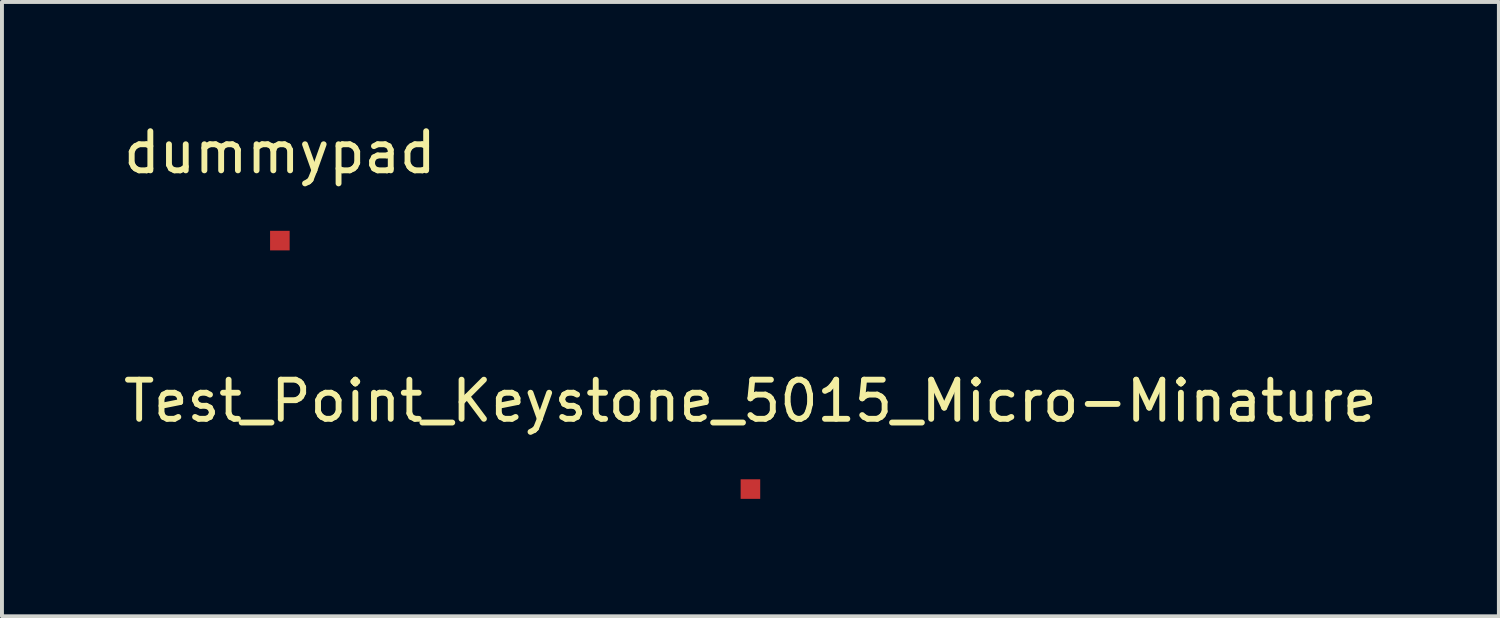
<source format=kicad_pcb>
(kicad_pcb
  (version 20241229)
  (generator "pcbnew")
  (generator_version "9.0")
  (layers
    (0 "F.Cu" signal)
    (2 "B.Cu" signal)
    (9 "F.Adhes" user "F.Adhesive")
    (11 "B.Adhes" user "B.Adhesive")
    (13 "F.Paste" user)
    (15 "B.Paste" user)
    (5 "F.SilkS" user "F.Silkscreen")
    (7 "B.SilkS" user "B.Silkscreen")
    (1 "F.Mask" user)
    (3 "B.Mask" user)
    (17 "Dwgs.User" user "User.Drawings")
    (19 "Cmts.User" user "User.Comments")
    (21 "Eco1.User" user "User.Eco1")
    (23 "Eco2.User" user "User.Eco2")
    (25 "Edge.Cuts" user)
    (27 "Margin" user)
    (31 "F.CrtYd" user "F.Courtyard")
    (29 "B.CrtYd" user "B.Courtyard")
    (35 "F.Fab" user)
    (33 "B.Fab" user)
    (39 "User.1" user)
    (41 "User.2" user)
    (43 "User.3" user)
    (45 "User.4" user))
  (footprint "Test_Point_Keystone_5015_Micro-Minature"
    (layer "F.Cu")
    (at 16.125 9.447)
    (property "Reference" "Test_Point_Keystone_5015_Micro-Minature" (at 0 -2.25 0) (layer "F.SilkS") (effects (font (size 1 1) (thickness 0.15))))
    (attr exclude_from_pos_files exclude_from_bom)
    (pad "1" smd rect (at 0 0) (size 0.5 0.5) (layers "F.Cu" "F.Mask" "F.Paste")))
  (footprint "dummypad"
    (layer "F.Cu")
    (at 4.101 3.098)
    (property "Reference" "dummypad" (at 0 -2.25 0) (layer "F.SilkS") (effects (font (size 1 1) (thickness 0.15))))
    (attr exclude_from_pos_files exclude_from_bom)
    (pad "1" smd rect (at 0 0) (size 0.5 0.5) (layers "F.Cu" "F.Mask" "F.Paste")))
  (gr_rect
    (start -3 -3)
    (end 35.25 12.697)
    (stroke (width 0.1) (type default))
    (fill no)
    (layer "Edge.Cuts")))
</source>
